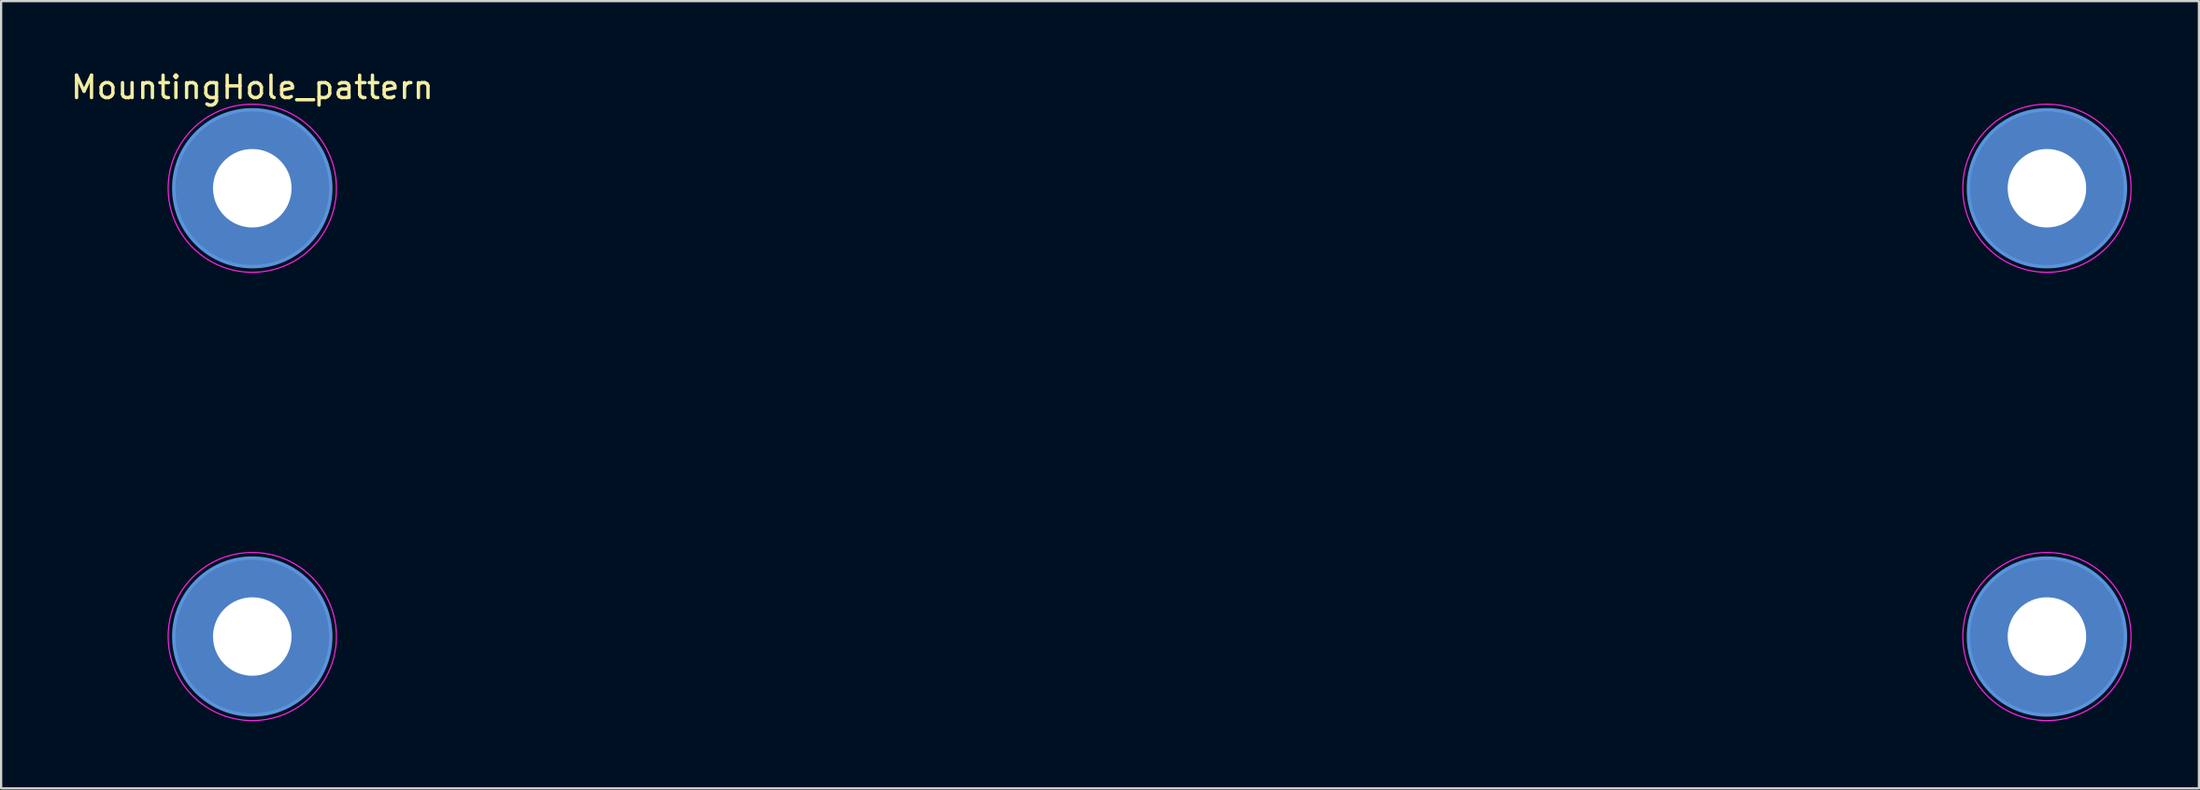
<source format=kicad_pcb>
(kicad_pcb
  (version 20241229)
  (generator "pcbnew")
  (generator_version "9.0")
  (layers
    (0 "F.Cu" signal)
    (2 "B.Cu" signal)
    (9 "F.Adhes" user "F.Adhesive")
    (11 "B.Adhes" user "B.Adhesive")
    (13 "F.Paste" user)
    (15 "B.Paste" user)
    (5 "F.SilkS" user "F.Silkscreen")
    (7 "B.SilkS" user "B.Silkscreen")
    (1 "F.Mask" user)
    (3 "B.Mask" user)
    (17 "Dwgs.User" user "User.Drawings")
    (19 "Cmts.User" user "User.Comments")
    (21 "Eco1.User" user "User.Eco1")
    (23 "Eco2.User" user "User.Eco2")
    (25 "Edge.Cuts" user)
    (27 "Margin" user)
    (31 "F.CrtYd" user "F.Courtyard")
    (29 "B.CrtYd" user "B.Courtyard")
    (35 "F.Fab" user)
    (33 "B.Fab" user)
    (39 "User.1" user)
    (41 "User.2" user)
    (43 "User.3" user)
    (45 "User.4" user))
  (footprint "MountingHole_pattern"
    (layer "F.Cu")
    (at 8.196 5.348)
    (property "Reference" "MountingHole_pattern" (at 0 -4.5 0) (layer "F.SilkS") (effects (font (size 1 1) (thickness 0.15))))
    (attr exclude_from_pos_files exclude_from_bom)
    (fp_circle (center 0 0) (end 3.5 0) (stroke (width 0.15) (type solid)) (fill no) (layer "Cmts.User"))
    (fp_circle (center 0 20) (end 3.5 20) (stroke (width 0.15) (type solid)) (fill no) (layer "Cmts.User"))
    (fp_circle (center 80 0) (end 83.5 0) (stroke (width 0.15) (type solid)) (fill no) (layer "Cmts.User"))
    (fp_circle (center 80 20) (end 83.5 20) (stroke (width 0.15) (type solid)) (fill no) (layer "Cmts.User"))
    (fp_circle (center 0 0) (end 3.75 0) (stroke (width 0.05) (type solid)) (fill no) (layer "F.CrtYd"))
    (fp_circle (center 0 20) (end 3.75 20) (stroke (width 0.05) (type solid)) (fill no) (layer "F.CrtYd"))
    (fp_circle (center 80 0) (end 83.75 0) (stroke (width 0.05) (type solid)) (fill no) (layer "F.CrtYd"))
    (fp_circle (center 80 20) (end 83.75 20) (stroke (width 0.05) (type solid)) (fill no) (layer "F.CrtYd"))
    (pad "1" thru_hole circle (at 0 0) (size 7 7) (drill 3.5) (layers "*.Cu" "*.Mask"))
    (pad "2" thru_hole circle (at 80 0) (size 7 7) (drill 3.5) (layers "*.Cu" "*.Mask"))
    (pad "3" thru_hole circle (at 0 20) (size 7 7) (drill 3.5) (layers "*.Cu" "*.Mask"))
    (pad "4" thru_hole circle (at 80 20) (size 7 7) (drill 3.5) (layers "*.Cu" "*.Mask")))
  (gr_rect
    (start -3 -3)
    (end 94.971 32.123)
    (stroke (width 0.1) (type default))
    (fill no)
    (layer "Edge.Cuts")))
</source>
